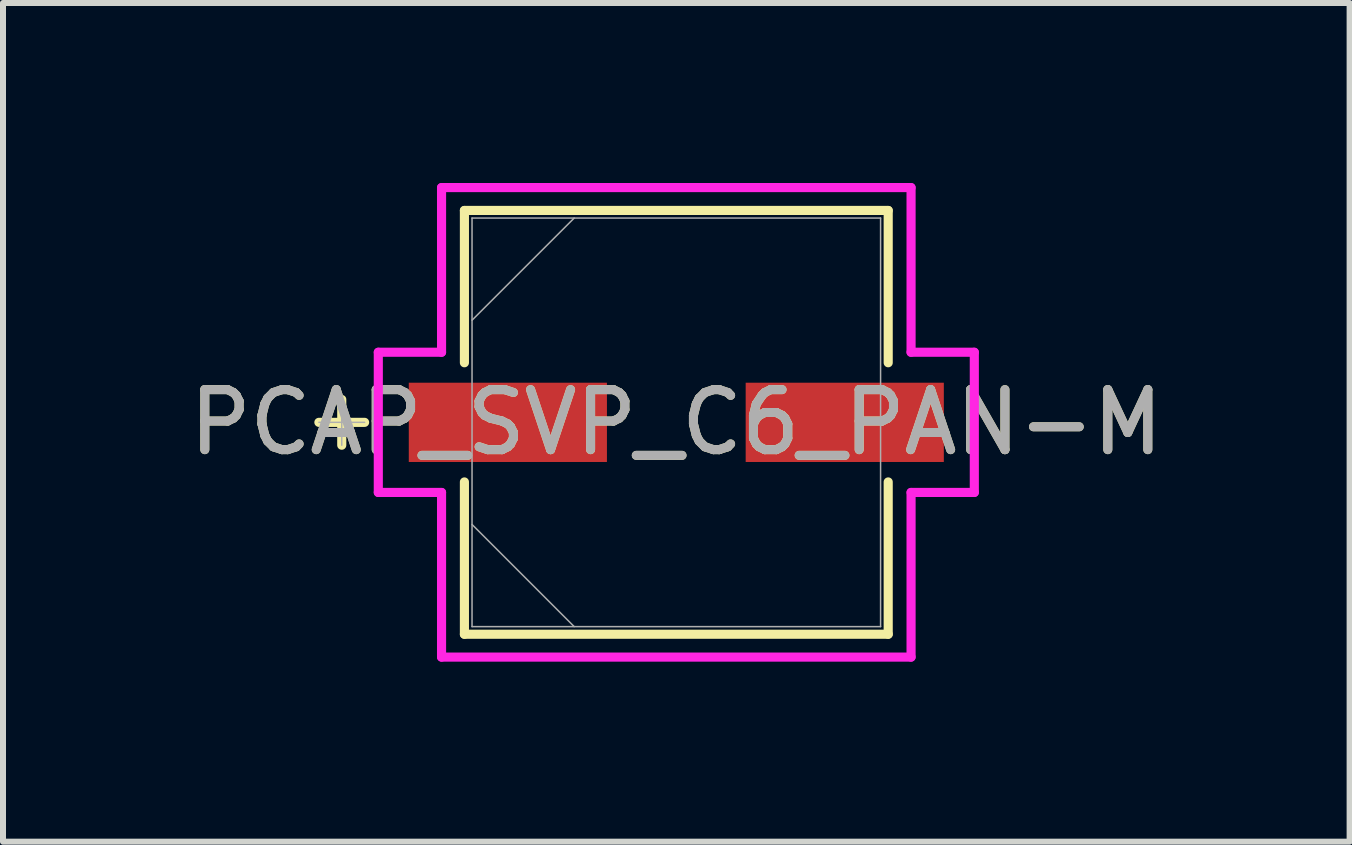
<source format=kicad_pcb>
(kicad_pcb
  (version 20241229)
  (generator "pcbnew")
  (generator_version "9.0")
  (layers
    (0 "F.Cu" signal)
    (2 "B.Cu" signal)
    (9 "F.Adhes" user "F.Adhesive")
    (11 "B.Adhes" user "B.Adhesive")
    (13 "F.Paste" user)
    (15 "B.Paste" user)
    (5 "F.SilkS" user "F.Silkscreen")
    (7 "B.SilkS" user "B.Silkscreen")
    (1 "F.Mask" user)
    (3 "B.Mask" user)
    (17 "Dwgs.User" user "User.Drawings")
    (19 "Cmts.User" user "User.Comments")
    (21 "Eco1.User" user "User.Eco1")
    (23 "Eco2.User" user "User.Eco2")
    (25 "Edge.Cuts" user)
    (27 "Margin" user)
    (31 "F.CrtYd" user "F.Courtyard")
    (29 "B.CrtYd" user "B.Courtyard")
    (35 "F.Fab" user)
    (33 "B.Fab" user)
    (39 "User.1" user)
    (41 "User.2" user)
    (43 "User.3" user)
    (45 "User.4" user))
  (footprint "PCAP_SVP_C6_PAN-M"
    (layer "F.Cu")
    (at 8.22 3.988)
    (property "Reference" "PCAP_SVP_C6_PAN-M" (at 0 0 0) (unlocked yes) (layer "F.SilkS") (effects (font (size 1 1) (thickness 0.15))))
    (attr smd)
    (fp_line (start -5.575 -0.381) (end -5.575 0.381) (stroke (width 0.152) (type solid)) (layer "F.SilkS"))
    (fp_line (start -5.194 0) (end -5.956 0) (stroke (width 0.152) (type solid)) (layer "F.SilkS"))
    (fp_line (start -3.531 -3.531) (end -3.531 -0.993) (stroke (width 0.152) (type solid)) (layer "F.SilkS"))
    (fp_line (start -3.531 0.993) (end -3.531 3.531) (stroke (width 0.152) (type solid)) (layer "F.SilkS"))
    (fp_line (start -3.531 3.531) (end 3.531 3.531) (stroke (width 0.152) (type solid)) (layer "F.SilkS"))
    (fp_line (start 3.531 -3.531) (end -3.531 -3.531) (stroke (width 0.152) (type solid)) (layer "F.SilkS"))
    (fp_line (start 3.531 -0.993) (end 3.531 -3.531) (stroke (width 0.152) (type solid)) (layer "F.SilkS"))
    (fp_line (start 3.531 3.531) (end 3.531 0.993) (stroke (width 0.152) (type solid)) (layer "F.SilkS"))
    (fp_line (start -4.966 -1.168) (end -3.912 -1.168) (stroke (width 0.152) (type solid)) (layer "F.CrtYd"))
    (fp_line (start -4.966 1.168) (end -4.966 -1.168) (stroke (width 0.152) (type solid)) (layer "F.CrtYd"))
    (fp_line (start -3.912 -3.912) (end 3.912 -3.912) (stroke (width 0.152) (type solid)) (layer "F.CrtYd"))
    (fp_line (start -3.912 -1.168) (end -3.912 -3.912) (stroke (width 0.152) (type solid)) (layer "F.CrtYd"))
    (fp_line (start -3.912 1.168) (end -4.966 1.168) (stroke (width 0.152) (type solid)) (layer "F.CrtYd"))
    (fp_line (start -3.912 3.912) (end -3.912 1.168) (stroke (width 0.152) (type solid)) (layer "F.CrtYd"))
    (fp_line (start 3.912 -3.912) (end 3.912 -1.168) (stroke (width 0.152) (type solid)) (layer "F.CrtYd"))
    (fp_line (start 3.912 -1.168) (end 4.966 -1.168) (stroke (width 0.152) (type solid)) (layer "F.CrtYd"))
    (fp_line (start 3.912 1.168) (end 3.912 3.912) (stroke (width 0.152) (type solid)) (layer "F.CrtYd"))
    (fp_line (start 3.912 3.912) (end -3.912 3.912) (stroke (width 0.152) (type solid)) (layer "F.CrtYd"))
    (fp_line (start 4.966 -1.168) (end 4.966 1.168) (stroke (width 0.152) (type solid)) (layer "F.CrtYd"))
    (fp_line (start 4.966 1.168) (end 3.912 1.168) (stroke (width 0.152) (type solid)) (layer "F.CrtYd"))
    (fp_line (start -5.575 -0.381) (end -5.575 0.381) (stroke (width 0.025) (type solid)) (layer "F.Fab"))
    (fp_line (start -5.194 0) (end -5.956 0) (stroke (width 0.025) (type solid)) (layer "F.Fab"))
    (fp_line (start -3.404 -3.404) (end -3.404 3.404) (stroke (width 0.025) (type solid)) (layer "F.Fab"))
    (fp_line (start -3.404 -1.702) (end -1.702 -3.404) (stroke (width 0.025) (type solid)) (layer "F.Fab"))
    (fp_line (start -3.404 1.702) (end -1.702 3.404) (stroke (width 0.025) (type solid)) (layer "F.Fab"))
    (fp_line (start -3.404 3.404) (end 3.404 3.404) (stroke (width 0.025) (type solid)) (layer "F.Fab"))
    (fp_line (start 3.404 -3.404) (end -3.404 -3.404) (stroke (width 0.025) (type solid)) (layer "F.Fab"))
    (fp_line (start 3.404 3.404) (end 3.404 -3.404) (stroke (width 0.025) (type solid)) (layer "F.Fab"))
    (fp_text user "${REFERENCE}" (at 0 0 0) (unlocked yes) (layer "F.Fab") (effects (font (size 1 1) (thickness 0.15))))
    (pad "1" smd rect (at -2.807 0) (size 3.302 1.321) (layers "F.Cu" "F.Mask" "F.Paste"))
    (pad "2" smd rect (at 2.807 0) (size 3.302 1.321) (layers "F.Cu" "F.Mask" "F.Paste"))
    (zone (net_name "") (layer "F.Cu") (hatch full 0.508) (connect_pads) (min_thickness 0.254) (filled_areas_thickness no) (keepout (tracks not_allowed) (vias not_allowed) (pads allowed) (copperpour not_allowed) (footprints allowed)) (placement (enabled no)) (fill) (polygon (pts (xy 4.867 0.635) (xy 11.573 0.635) (xy 11.573 3.277) (xy 4.867 3.277))))
    (zone (net_name "") (layer "F.Cu") (hatch full 0.508) (connect_pads) (min_thickness 0.254) (filled_areas_thickness no) (keepout (tracks not_allowed) (vias not_allowed) (pads allowed) (copperpour not_allowed) (footprints allowed)) (placement (enabled no)) (fill) (polygon (pts (xy 4.867 4.699) (xy 11.573 4.699) (xy 11.573 7.341) (xy 4.867 7.341))))
    (zone (net_name "") (layer "F.Cu") (hatch full 0.508) (connect_pads) (min_thickness 0.254) (filled_areas_thickness no) (keepout (tracks not_allowed) (vias not_allowed) (pads allowed) (copperpour not_allowed) (footprints allowed)) (placement (enabled no)) (fill) (polygon (pts (xy 7.115 3.277) (xy 9.325 3.277) (xy 9.325 4.699) (xy 7.115 4.699)))))
  (gr_rect
    (start -3 -3)
    (end 19.44 10.976)
    (stroke (width 0.1) (type default))
    (fill no)
    (layer "Edge.Cuts")))
</source>
